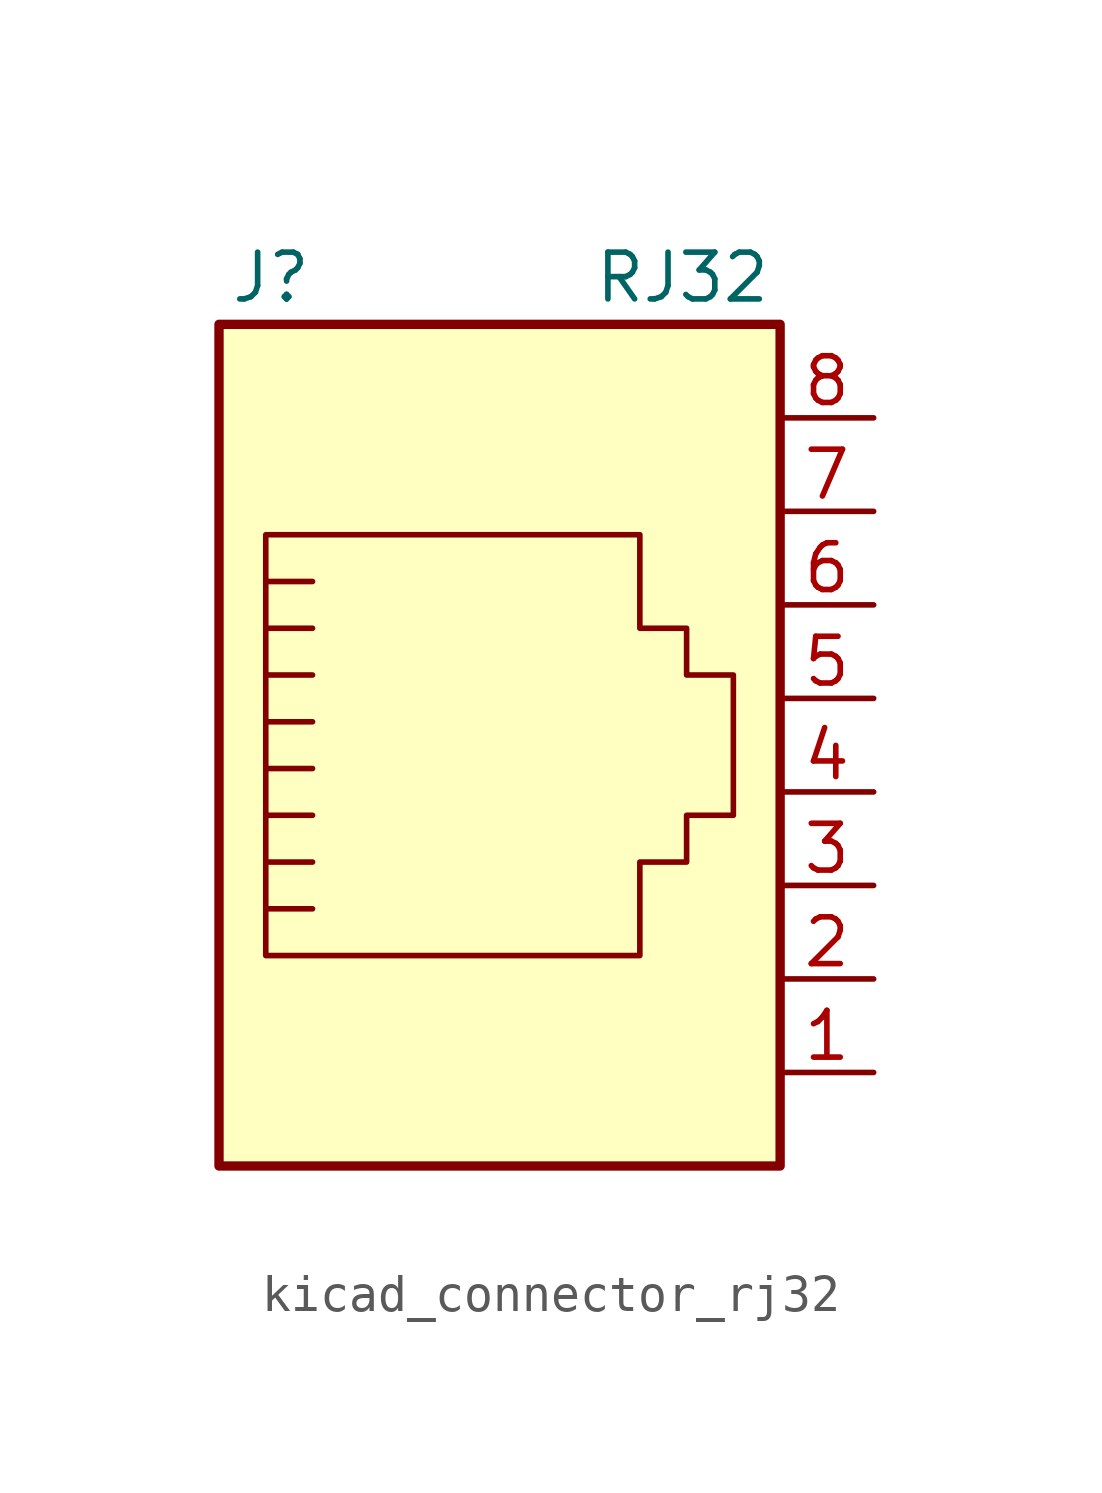
<source format=kicad_sym>
(kicad_symbol_lib
  (version 20220914)
  (generator kicad_symbol_editor)
  (symbol "kicad_connector_rj32"
    (pin_names
      (offset 1.016))
    (property "Reference" "J"
      (at -5.08 13.97 0)
      (effects (font (size 1.27 1.27)) (justify right)))
    (property "Value" "RJ32"
      (at 2.54 13.97 0)
      (effects (font (size 1.27 1.27)) (justify left)))
    (symbol "kicad_connector_rj32_0_1"
      (polyline (pts (xy -5.08 4.445) (xy -6.35 4.445)) (stroke (width 0) (type default)) (fill (type none)))
      (polyline (pts (xy -5.08 5.715) (xy -6.35 5.715)) (stroke (width 0) (type default)) (fill (type none)))
      (polyline (pts (xy -6.35 -3.175) (xy -5.08 -3.175) (xy -5.08 -3.175)) (stroke (width 0) (type default)) (fill (type none)))
      (polyline (pts (xy -6.35 -1.905) (xy -5.08 -1.905) (xy -5.08 -1.905)) (stroke (width 0) (type default)) (fill (type none)))
      (polyline (pts (xy -6.35 -0.635) (xy -5.08 -0.635) (xy -5.08 -0.635)) (stroke (width 0) (type default)) (fill (type none)))
      (polyline (pts (xy -6.35 0.635) (xy -5.08 0.635) (xy -5.08 0.635)) (stroke (width 0) (type default)) (fill (type none)))
      (polyline (pts (xy -6.35 1.905) (xy -5.08 1.905) (xy -5.08 1.905)) (stroke (width 0) (type default)) (fill (type none)))
      (polyline (pts (xy -5.08 3.175) (xy -6.35 3.175) (xy -6.35 3.175)) (stroke (width 0) (type default)) (fill (type none)))
      (polyline (pts (xy -6.35 -4.445) (xy -6.35 6.985) (xy 3.81 6.985) (xy 3.81 4.445) (xy 5.08 4.445) (xy 5.08 3.175) (xy 6.35 3.175) (xy 6.35 -0.635) (xy 5.08 -0.635) (xy 5.08 -1.905) (xy 3.81 -1.905) (xy 3.81 -4.445) (xy -6.35 -4.445) (xy -6.35 -4.445)) (stroke (width 0) (type default)) (fill (type none)))
      (rectangle (start 7.62 12.7) (end -7.62 -10.16) (stroke (width 0.254) (type default)) (fill (type background))))
    (symbol "kicad_connector_rj32_1_1"
      (pin passive line (at 10.16 -7.62 180) (length 2.54) (name "~" (effects (font (size 1.27 1.27)))) (number "1" (effects (font (size 1.27 1.27)))))
      (pin passive line (at 10.16 -5.08 180) (length 2.54) (name "~" (effects (font (size 1.27 1.27)))) (number "2" (effects (font (size 1.27 1.27)))))
      (pin passive line (at 10.16 -2.54 180) (length 2.54) (name "~" (effects (font (size 1.27 1.27)))) (number "3" (effects (font (size 1.27 1.27)))))
      (pin passive line (at 10.16 0 180) (length 2.54) (name "~" (effects (font (size 1.27 1.27)))) (number "4" (effects (font (size 1.27 1.27)))))
      (pin passive line (at 10.16 2.54 180) (length 2.54) (name "~" (effects (font (size 1.27 1.27)))) (number "5" (effects (font (size 1.27 1.27)))))
      (pin passive line (at 10.16 5.08 180) (length 2.54) (name "~" (effects (font (size 1.27 1.27)))) (number "6" (effects (font (size 1.27 1.27)))))
      (pin passive line (at 10.16 7.62 180) (length 2.54) (name "~" (effects (font (size 1.27 1.27)))) (number "7" (effects (font (size 1.27 1.27)))))
      (pin passive line (at 10.16 10.16 180) (length 2.54) (name "~" (effects (font (size 1.27 1.27)))) (number "8" (effects (font (size 1.27 1.27))))))))
</source>
